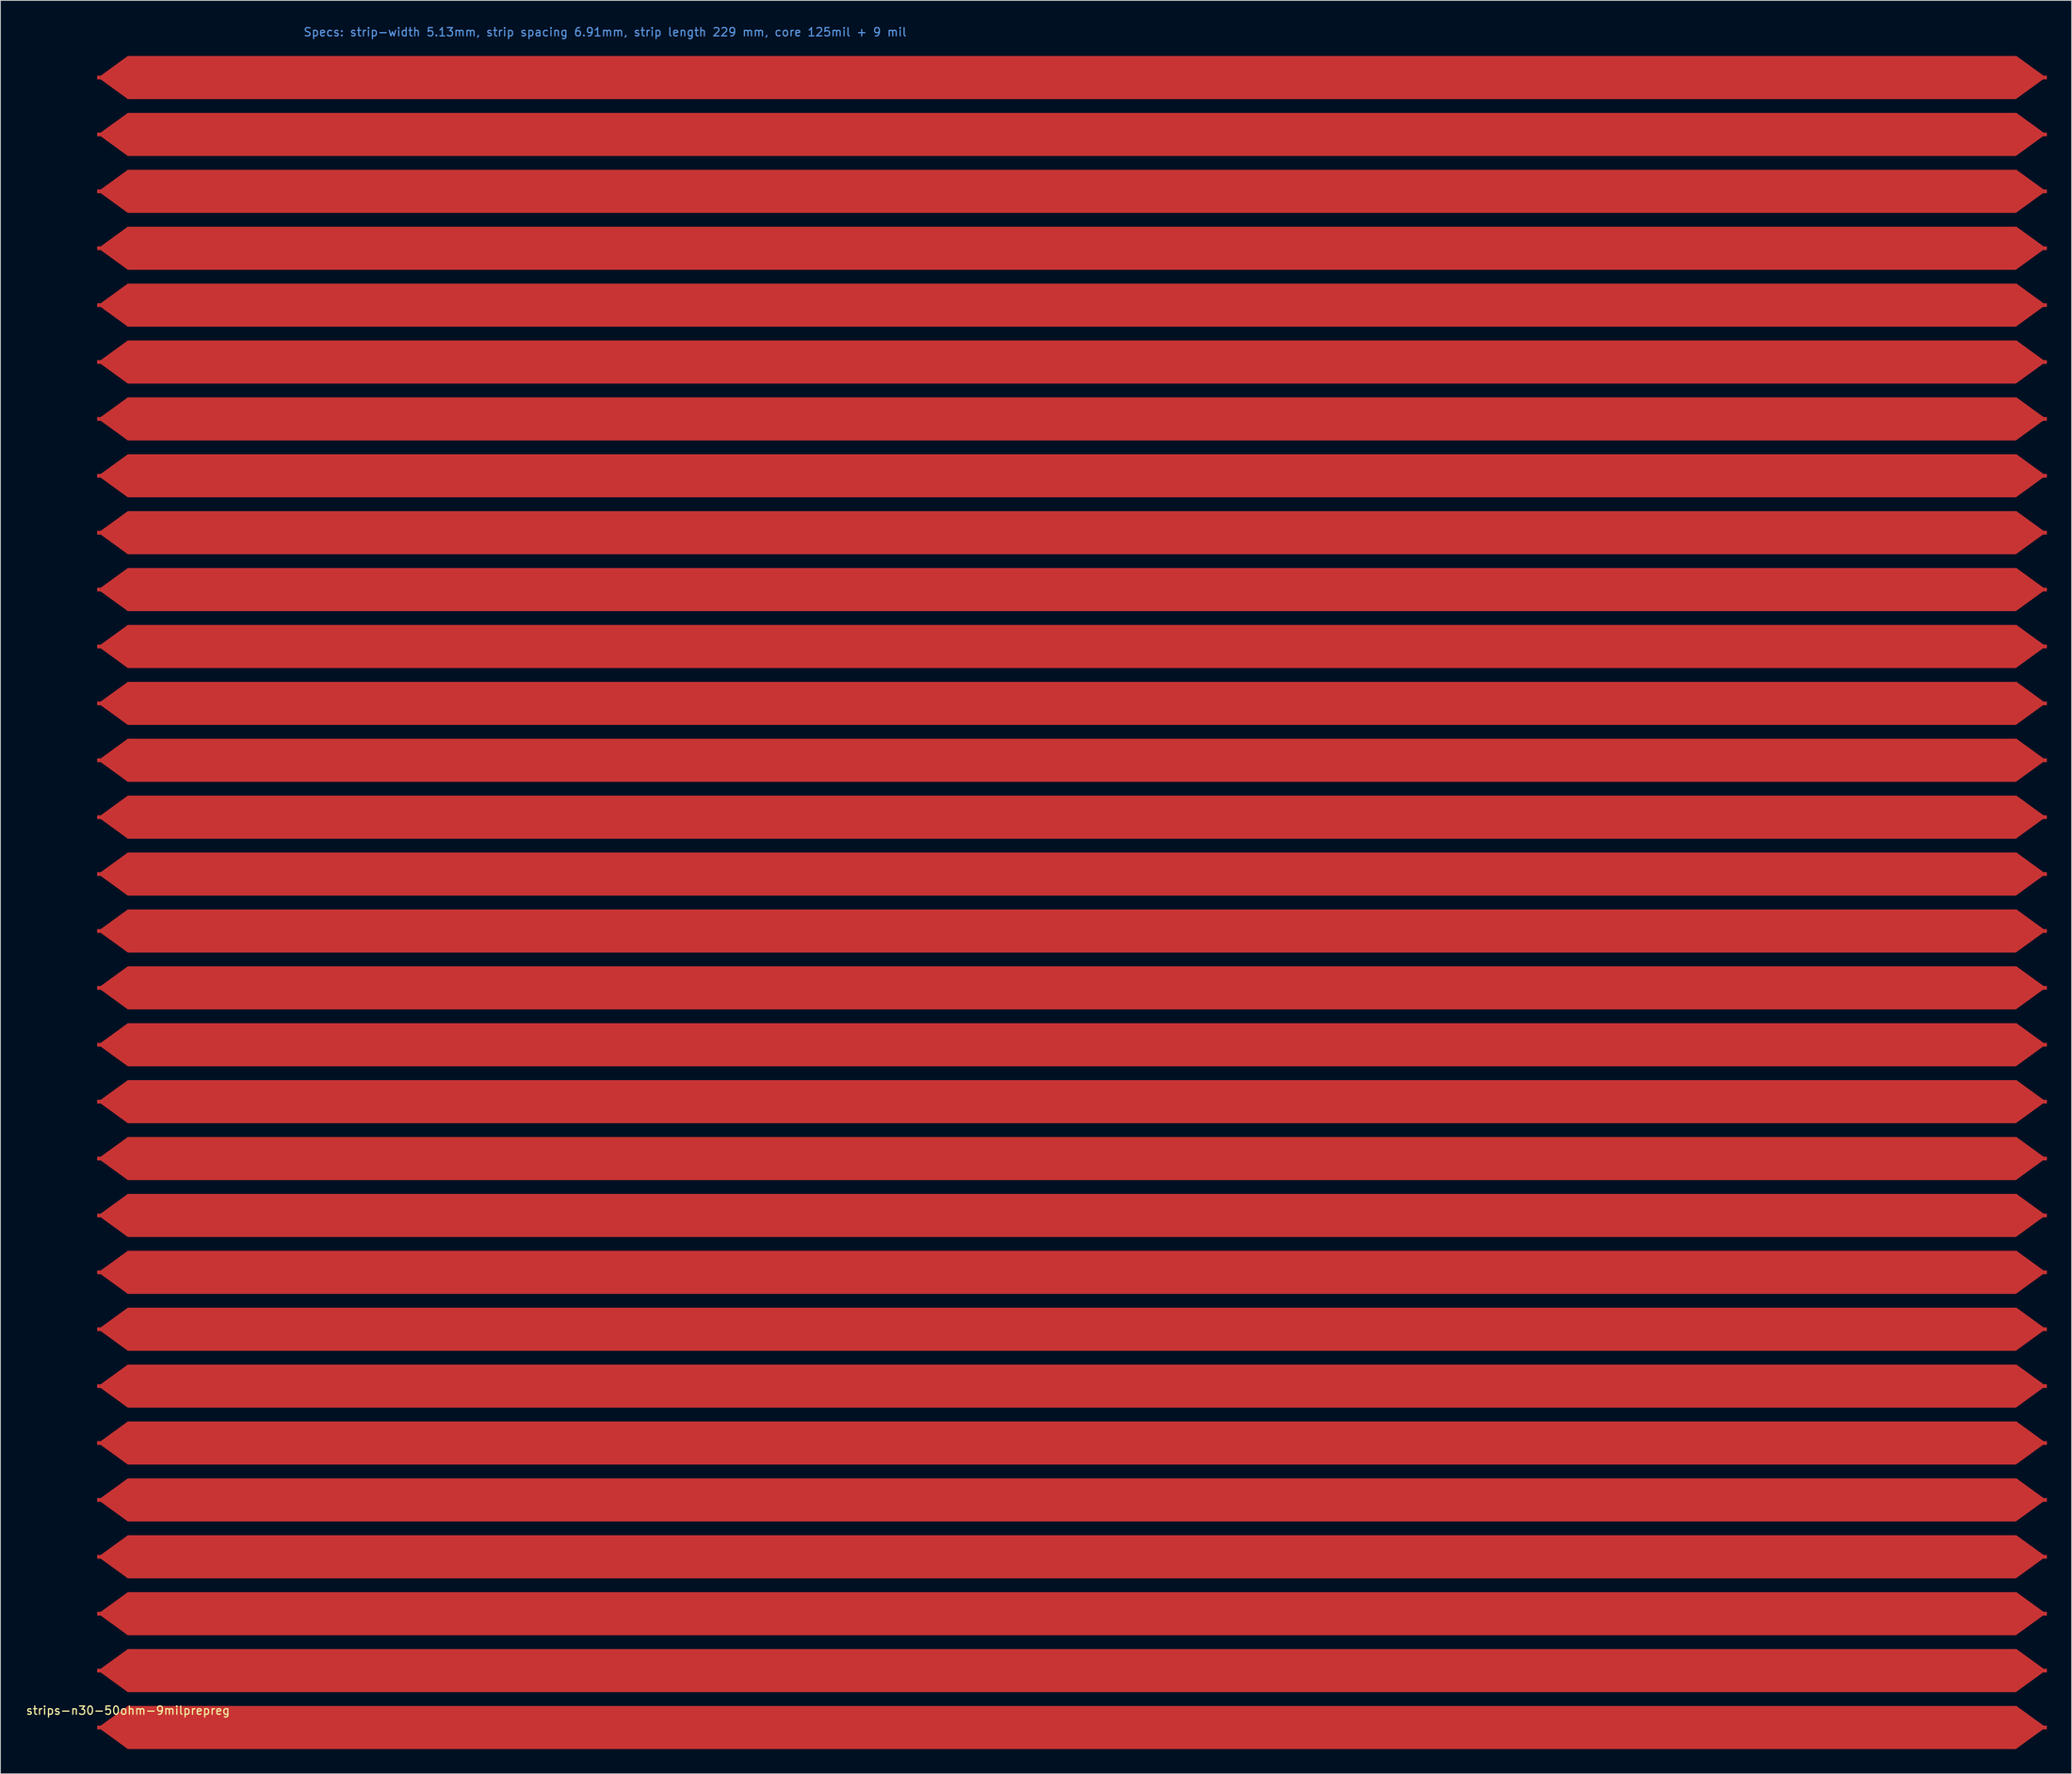
<source format=kicad_pcb>
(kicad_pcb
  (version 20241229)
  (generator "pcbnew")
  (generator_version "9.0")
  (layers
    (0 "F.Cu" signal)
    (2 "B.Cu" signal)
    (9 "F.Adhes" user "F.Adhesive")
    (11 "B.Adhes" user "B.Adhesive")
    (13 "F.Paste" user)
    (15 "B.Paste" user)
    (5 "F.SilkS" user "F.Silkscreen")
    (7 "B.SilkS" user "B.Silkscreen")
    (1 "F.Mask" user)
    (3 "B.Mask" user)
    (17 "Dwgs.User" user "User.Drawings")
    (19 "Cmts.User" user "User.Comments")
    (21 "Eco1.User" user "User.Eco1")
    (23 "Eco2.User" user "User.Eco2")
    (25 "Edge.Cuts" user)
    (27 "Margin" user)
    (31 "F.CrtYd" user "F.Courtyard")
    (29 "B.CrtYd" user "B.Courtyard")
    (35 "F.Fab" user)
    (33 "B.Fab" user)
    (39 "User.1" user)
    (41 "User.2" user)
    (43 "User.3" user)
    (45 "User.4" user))
  (footprint "strips-n30-50ohm-9milprepreg"
    (layer "F.Cu")
    (at 12.482 3.75)
    (property "Reference" "strips-n30-50ohm-9milprepreg" (at 0 200.906 0) (layer "F.SilkS") (effects (font (size 1 1) (thickness 0.15))))
    (attr through_hole)
    (fp_poly (pts (xy 0 0.051) (xy -3.531 2.616) (xy 0 5.182)) (stroke (width 0.1) (type solid)) (fill yes) (layer "F.Cu"))
    (fp_poly (pts (xy 0 6.96) (xy -3.531 9.525) (xy 0 12.09)) (stroke (width 0.1) (type solid)) (fill yes) (layer "F.Cu"))
    (fp_poly (pts (xy 0 13.868) (xy -3.531 16.434) (xy 0 18.999)) (stroke (width 0.1) (type solid)) (fill yes) (layer "F.Cu"))
    (fp_poly (pts (xy 0 20.777) (xy -3.531 23.343) (xy 0 25.908)) (stroke (width 0.1) (type solid)) (fill yes) (layer "F.Cu"))
    (fp_poly (pts (xy 0 27.686) (xy -3.531 30.251) (xy 0 32.817)) (stroke (width 0.1) (type solid)) (fill yes) (layer "F.Cu"))
    (fp_poly (pts (xy 0 34.595) (xy -3.531 37.16) (xy 0 39.726)) (stroke (width 0.1) (type solid)) (fill yes) (layer "F.Cu"))
    (fp_poly (pts (xy 0 41.504) (xy -3.531 44.069) (xy 0 46.634)) (stroke (width 0.1) (type solid)) (fill yes) (layer "F.Cu"))
    (fp_poly (pts (xy 0 48.412) (xy -3.531 50.978) (xy 0 53.543)) (stroke (width 0.1) (type solid)) (fill yes) (layer "F.Cu"))
    (fp_poly (pts (xy 0 55.321) (xy -3.531 57.887) (xy 0 60.452)) (stroke (width 0.1) (type solid)) (fill yes) (layer "F.Cu"))
    (fp_poly (pts (xy 0 62.23) (xy -3.531 64.795) (xy 0 67.361)) (stroke (width 0.1) (type solid)) (fill yes) (layer "F.Cu"))
    (fp_poly (pts (xy 0 69.139) (xy -3.531 71.704) (xy 0 74.27)) (stroke (width 0.1) (type solid)) (fill yes) (layer "F.Cu"))
    (fp_poly (pts (xy 0 76.048) (xy -3.531 78.613) (xy 0 81.178)) (stroke (width 0.1) (type solid)) (fill yes) (layer "F.Cu"))
    (fp_poly (pts (xy 0 82.956) (xy -3.531 85.522) (xy 0 88.087)) (stroke (width 0.1) (type solid)) (fill yes) (layer "F.Cu"))
    (fp_poly (pts (xy 0 89.865) (xy -3.531 92.431) (xy 0 94.996)) (stroke (width 0.1) (type solid)) (fill yes) (layer "F.Cu"))
    (fp_poly (pts (xy 0 96.774) (xy -3.531 99.339) (xy 0 101.905)) (stroke (width 0.1) (type solid)) (fill yes) (layer "F.Cu"))
    (fp_poly (pts (xy 0 103.683) (xy -3.531 106.248) (xy 0 108.814)) (stroke (width 0.1) (type solid)) (fill yes) (layer "F.Cu"))
    (fp_poly (pts (xy 0 110.592) (xy -3.531 113.157) (xy 0 115.722)) (stroke (width 0.1) (type solid)) (fill yes) (layer "F.Cu"))
    (fp_poly (pts (xy 0 117.5) (xy -3.531 120.066) (xy 0 122.631)) (stroke (width 0.1) (type solid)) (fill yes) (layer "F.Cu"))
    (fp_poly (pts (xy 0 124.409) (xy -3.531 126.975) (xy 0 129.54)) (stroke (width 0.1) (type solid)) (fill yes) (layer "F.Cu"))
    (fp_poly (pts (xy 0 131.318) (xy -3.531 133.883) (xy 0 136.449)) (stroke (width 0.1) (type solid)) (fill yes) (layer "F.Cu"))
    (fp_poly (pts (xy 0 138.227) (xy -3.531 140.792) (xy 0 143.358)) (stroke (width 0.1) (type solid)) (fill yes) (layer "F.Cu"))
    (fp_poly (pts (xy 0 145.136) (xy -3.531 147.701) (xy 0 150.266)) (stroke (width 0.1) (type solid)) (fill yes) (layer "F.Cu"))
    (fp_poly (pts (xy 0 152.044) (xy -3.531 154.61) (xy 0 157.175)) (stroke (width 0.1) (type solid)) (fill yes) (layer "F.Cu"))
    (fp_poly (pts (xy 0 158.953) (xy -3.531 161.519) (xy 0 164.084)) (stroke (width 0.1) (type solid)) (fill yes) (layer "F.Cu"))
    (fp_poly (pts (xy 0 165.862) (xy -3.531 168.427) (xy 0 170.993)) (stroke (width 0.1) (type solid)) (fill yes) (layer "F.Cu"))
    (fp_poly (pts (xy 0 172.771) (xy -3.531 175.336) (xy 0 177.902)) (stroke (width 0.1) (type solid)) (fill yes) (layer "F.Cu"))
    (fp_poly (pts (xy 0 179.68) (xy -3.531 182.245) (xy 0 184.81)) (stroke (width 0.1) (type solid)) (fill yes) (layer "F.Cu"))
    (fp_poly (pts (xy 0 186.588) (xy -3.531 189.154) (xy 0 191.719)) (stroke (width 0.1) (type solid)) (fill yes) (layer "F.Cu"))
    (fp_poly (pts (xy 0 193.497) (xy -3.531 196.063) (xy 0 198.628)) (stroke (width 0.1) (type solid)) (fill yes) (layer "F.Cu"))
    (fp_poly (pts (xy 0 200.406) (xy -3.531 202.971) (xy 0 205.537)) (stroke (width 0.1) (type solid)) (fill yes) (layer "F.Cu"))
    (fp_poly (pts (xy 229.133 5.156) (xy 232.664 2.591) (xy 229.133 0.025)) (stroke (width 0.1) (type solid)) (fill yes) (layer "F.Cu"))
    (fp_poly (pts (xy 229.133 12.065) (xy 232.664 9.5) (xy 229.133 6.934)) (stroke (width 0.1) (type solid)) (fill yes) (layer "F.Cu"))
    (fp_poly (pts (xy 229.133 18.974) (xy 232.664 16.408) (xy 229.133 13.843)) (stroke (width 0.1) (type solid)) (fill yes) (layer "F.Cu"))
    (fp_poly (pts (xy 229.133 25.883) (xy 232.664 23.317) (xy 229.133 20.752)) (stroke (width 0.1) (type solid)) (fill yes) (layer "F.Cu"))
    (fp_poly (pts (xy 229.133 32.791) (xy 232.664 30.226) (xy 229.133 27.661)) (stroke (width 0.1) (type solid)) (fill yes) (layer "F.Cu"))
    (fp_poly (pts (xy 229.133 39.7) (xy 232.664 37.135) (xy 229.133 34.569)) (stroke (width 0.1) (type solid)) (fill yes) (layer "F.Cu"))
    (fp_poly (pts (xy 229.133 46.609) (xy 232.664 44.044) (xy 229.133 41.478)) (stroke (width 0.1) (type solid)) (fill yes) (layer "F.Cu"))
    (fp_poly (pts (xy 229.133 53.518) (xy 232.664 50.952) (xy 229.133 48.387)) (stroke (width 0.1) (type solid)) (fill yes) (layer "F.Cu"))
    (fp_poly (pts (xy 229.133 60.427) (xy 232.664 57.861) (xy 229.133 55.296)) (stroke (width 0.1) (type solid)) (fill yes) (layer "F.Cu"))
    (fp_poly (pts (xy 229.133 67.335) (xy 232.664 64.77) (xy 229.133 62.205)) (stroke (width 0.1) (type solid)) (fill yes) (layer "F.Cu"))
    (fp_poly (pts (xy 229.133 74.244) (xy 232.664 71.679) (xy 229.133 69.113)) (stroke (width 0.1) (type solid)) (fill yes) (layer "F.Cu"))
    (fp_poly (pts (xy 229.133 81.153) (xy 232.664 78.588) (xy 229.133 76.022)) (stroke (width 0.1) (type solid)) (fill yes) (layer "F.Cu"))
    (fp_poly (pts (xy 229.133 88.062) (xy 232.664 85.496) (xy 229.133 82.931)) (stroke (width 0.1) (type solid)) (fill yes) (layer "F.Cu"))
    (fp_poly (pts (xy 229.133 94.971) (xy 232.664 92.405) (xy 229.133 89.84)) (stroke (width 0.1) (type solid)) (fill yes) (layer "F.Cu"))
    (fp_poly (pts (xy 229.133 101.879) (xy 232.664 99.314) (xy 229.133 96.749)) (stroke (width 0.1) (type solid)) (fill yes) (layer "F.Cu"))
    (fp_poly (pts (xy 229.133 108.788) (xy 232.664 106.223) (xy 229.133 103.657)) (stroke (width 0.1) (type solid)) (fill yes) (layer "F.Cu"))
    (fp_poly (pts (xy 229.133 115.697) (xy 232.664 113.132) (xy 229.133 110.566)) (stroke (width 0.1) (type solid)) (fill yes) (layer "F.Cu"))
    (fp_poly (pts (xy 229.133 122.606) (xy 232.664 120.04) (xy 229.133 117.475)) (stroke (width 0.1) (type solid)) (fill yes) (layer "F.Cu"))
    (fp_poly (pts (xy 229.133 129.515) (xy 232.664 126.949) (xy 229.133 124.384)) (stroke (width 0.1) (type solid)) (fill yes) (layer "F.Cu"))
    (fp_poly (pts (xy 229.133 136.423) (xy 232.664 133.858) (xy 229.133 131.293)) (stroke (width 0.1) (type solid)) (fill yes) (layer "F.Cu"))
    (fp_poly (pts (xy 229.133 143.332) (xy 232.664 140.767) (xy 229.133 138.201)) (stroke (width 0.1) (type solid)) (fill yes) (layer "F.Cu"))
    (fp_poly (pts (xy 229.133 150.241) (xy 232.664 147.676) (xy 229.133 145.11)) (stroke (width 0.1) (type solid)) (fill yes) (layer "F.Cu"))
    (fp_poly (pts (xy 229.133 157.15) (xy 232.664 154.584) (xy 229.133 152.019)) (stroke (width 0.1) (type solid)) (fill yes) (layer "F.Cu"))
    (fp_poly (pts (xy 229.133 164.059) (xy 232.664 161.493) (xy 229.133 158.928)) (stroke (width 0.1) (type solid)) (fill yes) (layer "F.Cu"))
    (fp_poly (pts (xy 229.133 170.967) (xy 232.664 168.402) (xy 229.133 165.837)) (stroke (width 0.1) (type solid)) (fill yes) (layer "F.Cu"))
    (fp_poly (pts (xy 229.133 177.876) (xy 232.664 175.311) (xy 229.133 172.745)) (stroke (width 0.1) (type solid)) (fill yes) (layer "F.Cu"))
    (fp_poly (pts (xy 229.133 184.785) (xy 232.664 182.22) (xy 229.133 179.654)) (stroke (width 0.1) (type solid)) (fill yes) (layer "F.Cu"))
    (fp_poly (pts (xy 229.133 191.694) (xy 232.664 189.128) (xy 229.133 186.563)) (stroke (width 0.1) (type solid)) (fill yes) (layer "F.Cu"))
    (fp_poly (pts (xy 229.133 198.603) (xy 232.664 196.037) (xy 229.133 193.472)) (stroke (width 0.1) (type solid)) (fill yes) (layer "F.Cu"))
    (fp_poly (pts (xy 229.133 205.511) (xy 232.664 202.946) (xy 229.133 200.381)) (stroke (width 0.1) (type solid)) (fill yes) (layer "F.Cu"))
    (fp_poly (pts (xy 0.004 5.182) (xy 0 0.051) (xy 229.1 0.051) (xy 229.104 5.182)) (stroke (width 0.1) (type solid)) (fill yes) (layer "F.Cu"))
    (fp_poly (pts (xy 0.004 12.09) (xy 0 6.96) (xy 229.1 6.96) (xy 229.104 12.09)) (stroke (width 0.1) (type solid)) (fill yes) (layer "F.Cu"))
    (fp_poly (pts (xy 0.004 18.999) (xy 0 13.868) (xy 229.1 13.868) (xy 229.104 18.999)) (stroke (width 0.1) (type solid)) (fill yes) (layer "F.Cu"))
    (fp_poly (pts (xy 0.004 25.908) (xy 0 20.777) (xy 229.1 20.777) (xy 229.104 25.908)) (stroke (width 0.1) (type solid)) (fill yes) (layer "F.Cu"))
    (fp_poly (pts (xy 0.004 32.817) (xy 0 27.686) (xy 229.1 27.686) (xy 229.104 32.817)) (stroke (width 0.1) (type solid)) (fill yes) (layer "F.Cu"))
    (fp_poly (pts (xy 0.004 39.726) (xy 0 34.595) (xy 229.1 34.595) (xy 229.104 39.726)) (stroke (width 0.1) (type solid)) (fill yes) (layer "F.Cu"))
    (fp_poly (pts (xy 0.004 46.634) (xy 0 41.504) (xy 229.1 41.504) (xy 229.104 46.634)) (stroke (width 0.1) (type solid)) (fill yes) (layer "F.Cu"))
    (fp_poly (pts (xy 0.004 53.543) (xy 0 48.412) (xy 229.1 48.412) (xy 229.104 53.543)) (stroke (width 0.1) (type solid)) (fill yes) (layer "F.Cu"))
    (fp_poly (pts (xy 0.004 60.452) (xy 0 55.321) (xy 229.1 55.321) (xy 229.104 60.452)) (stroke (width 0.1) (type solid)) (fill yes) (layer "F.Cu"))
    (fp_poly (pts (xy 0.004 67.361) (xy 0 62.23) (xy 229.1 62.23) (xy 229.104 67.361)) (stroke (width 0.1) (type solid)) (fill yes) (layer "F.Cu"))
    (fp_poly (pts (xy 0.004 74.27) (xy 0 69.139) (xy 229.1 69.139) (xy 229.104 74.27)) (stroke (width 0.1) (type solid)) (fill yes) (layer "F.Cu"))
    (fp_poly (pts (xy 0.004 81.178) (xy 0 76.048) (xy 229.1 76.048) (xy 229.104 81.178)) (stroke (width 0.1) (type solid)) (fill yes) (layer "F.Cu"))
    (fp_poly (pts (xy 0.004 88.087) (xy 0 82.956) (xy 229.1 82.956) (xy 229.104 88.087)) (stroke (width 0.1) (type solid)) (fill yes) (layer "F.Cu"))
    (fp_poly (pts (xy 0.004 94.996) (xy 0 89.865) (xy 229.1 89.865) (xy 229.104 94.996)) (stroke (width 0.1) (type solid)) (fill yes) (layer "F.Cu"))
    (fp_poly (pts (xy 0.004 101.905) (xy 0 96.774) (xy 229.1 96.774) (xy 229.104 101.905)) (stroke (width 0.1) (type solid)) (fill yes) (layer "F.Cu"))
    (fp_poly (pts (xy 0.004 108.814) (xy 0 103.683) (xy 229.1 103.683) (xy 229.104 108.814)) (stroke (width 0.1) (type solid)) (fill yes) (layer "F.Cu"))
    (fp_poly (pts (xy 0.004 115.722) (xy 0 110.592) (xy 229.1 110.592) (xy 229.104 115.722)) (stroke (width 0.1) (type solid)) (fill yes) (layer "F.Cu"))
    (fp_poly (pts (xy 0.004 122.631) (xy 0 117.5) (xy 229.1 117.5) (xy 229.104 122.631)) (stroke (width 0.1) (type solid)) (fill yes) (layer "F.Cu"))
    (fp_poly (pts (xy 0.004 129.54) (xy 0 124.409) (xy 229.1 124.409) (xy 229.104 129.54)) (stroke (width 0.1) (type solid)) (fill yes) (layer "F.Cu"))
    (fp_poly (pts (xy 0.004 136.449) (xy 0 131.318) (xy 229.1 131.318) (xy 229.104 136.449)) (stroke (width 0.1) (type solid)) (fill yes) (layer "F.Cu"))
    (fp_poly (pts (xy 0.004 143.358) (xy 0 138.227) (xy 229.1 138.227) (xy 229.104 143.358)) (stroke (width 0.1) (type solid)) (fill yes) (layer "F.Cu"))
    (fp_poly (pts (xy 0.004 150.266) (xy 0 145.136) (xy 229.1 145.136) (xy 229.104 150.266)) (stroke (width 0.1) (type solid)) (fill yes) (layer "F.Cu"))
    (fp_poly (pts (xy 0.004 157.175) (xy 0 152.044) (xy 229.1 152.044) (xy 229.104 157.175)) (stroke (width 0.1) (type solid)) (fill yes) (layer "F.Cu"))
    (fp_poly (pts (xy 0.004 164.084) (xy 0 158.953) (xy 229.1 158.953) (xy 229.104 164.084)) (stroke (width 0.1) (type solid)) (fill yes) (layer "F.Cu"))
    (fp_poly (pts (xy 0.004 170.993) (xy 0 165.862) (xy 229.1 165.862) (xy 229.104 170.993)) (stroke (width 0.1) (type solid)) (fill yes) (layer "F.Cu"))
    (fp_poly (pts (xy 0.004 177.902) (xy 0 172.771) (xy 229.1 172.771) (xy 229.104 177.902)) (stroke (width 0.1) (type solid)) (fill yes) (layer "F.Cu"))
    (fp_poly (pts (xy 0.004 184.81) (xy 0 179.68) (xy 229.1 179.68) (xy 229.104 184.81)) (stroke (width 0.1) (type solid)) (fill yes) (layer "F.Cu"))
    (fp_poly (pts (xy 0.004 191.719) (xy 0 186.588) (xy 229.1 186.588) (xy 229.104 191.719)) (stroke (width 0.1) (type solid)) (fill yes) (layer "F.Cu"))
    (fp_poly (pts (xy 0.004 198.628) (xy 0 193.497) (xy 229.1 193.497) (xy 229.104 198.628)) (stroke (width 0.1) (type solid)) (fill yes) (layer "F.Cu"))
    (fp_poly (pts (xy 0.004 205.537) (xy 0 200.406) (xy 229.1 200.406) (xy 229.104 205.537)) (stroke (width 0.1) (type solid)) (fill yes) (layer "F.Cu"))
    (fp_text user "Specs: strip-width 5.13mm, strip spacing 6.91mm, strip length 229 mm, core 125mil + 9 mil" (at 57.904 -2.902 0) (layer "Cmts.User") (effects (font (size 1 1) (thickness 0.15))))
    (pad "1" smd rect (at -3.52 202.971) (size 0.45 0.45) (layers "F.Cu" "F.Mask" "F.Paste"))
    (pad "2" smd rect (at 232.653 202.971) (size 0.45 0.45) (layers "F.Cu" "F.Mask" "F.Paste"))
    (pad "3" smd rect (at -3.52 196.063) (size 0.45 0.45) (layers "F.Cu" "F.Mask" "F.Paste"))
    (pad "4" smd rect (at 232.653 196.063) (size 0.45 0.45) (layers "F.Cu" "F.Mask" "F.Paste"))
    (pad "5" smd rect (at -3.52 189.154) (size 0.45 0.45) (layers "F.Cu" "F.Mask" "F.Paste"))
    (pad "6" smd rect (at 232.653 189.154) (size 0.45 0.45) (layers "F.Cu" "F.Mask" "F.Paste"))
    (pad "7" smd rect (at -3.52 182.245) (size 0.45 0.45) (layers "F.Cu" "F.Mask" "F.Paste"))
    (pad "8" smd rect (at 232.653 182.245) (size 0.45 0.45) (layers "F.Cu" "F.Mask" "F.Paste"))
    (pad "9" smd rect (at -3.52 175.336) (size 0.45 0.45) (layers "F.Cu" "F.Mask" "F.Paste"))
    (pad "10" smd rect (at 232.653 175.336) (size 0.45 0.45) (layers "F.Cu" "F.Mask" "F.Paste"))
    (pad "11" smd rect (at -3.52 168.427) (size 0.45 0.45) (layers "F.Cu" "F.Mask" "F.Paste"))
    (pad "12" smd rect (at 232.653 168.427) (size 0.45 0.45) (layers "F.Cu" "F.Mask" "F.Paste"))
    (pad "13" smd rect (at -3.52 161.519) (size 0.45 0.45) (layers "F.Cu" "F.Mask" "F.Paste"))
    (pad "14" smd rect (at 232.653 161.519) (size 0.45 0.45) (layers "F.Cu" "F.Mask" "F.Paste"))
    (pad "15" smd rect (at -3.52 154.61) (size 0.45 0.45) (layers "F.Cu" "F.Mask" "F.Paste"))
    (pad "16" smd rect (at 232.653 154.61) (size 0.45 0.45) (layers "F.Cu" "F.Mask" "F.Paste"))
    (pad "17" smd rect (at -3.52 147.701) (size 0.45 0.45) (layers "F.Cu" "F.Mask" "F.Paste"))
    (pad "18" smd rect (at 232.653 147.701) (size 0.45 0.45) (layers "F.Cu" "F.Mask" "F.Paste"))
    (pad "19" smd rect (at -3.52 140.792) (size 0.45 0.45) (layers "F.Cu" "F.Mask" "F.Paste"))
    (pad "20" smd rect (at 232.653 140.792) (size 0.45 0.45) (layers "F.Cu" "F.Mask" "F.Paste"))
    (pad "21" smd rect (at -3.52 133.883) (size 0.45 0.45) (layers "F.Cu" "F.Mask" "F.Paste"))
    (pad "22" smd rect (at 232.653 133.883) (size 0.45 0.45) (layers "F.Cu" "F.Mask" "F.Paste"))
    (pad "23" smd rect (at -3.52 126.975) (size 0.45 0.45) (layers "F.Cu" "F.Mask" "F.Paste"))
    (pad "24" smd rect (at 232.653 126.975) (size 0.45 0.45) (layers "F.Cu" "F.Mask" "F.Paste"))
    (pad "25" smd rect (at -3.52 120.066) (size 0.45 0.45) (layers "F.Cu" "F.Mask" "F.Paste"))
    (pad "26" smd rect (at 232.653 120.066) (size 0.45 0.45) (layers "F.Cu" "F.Mask" "F.Paste"))
    (pad "27" smd rect (at -3.52 113.157) (size 0.45 0.45) (layers "F.Cu" "F.Mask" "F.Paste"))
    (pad "28" smd rect (at 232.653 113.157) (size 0.45 0.45) (layers "F.Cu" "F.Mask" "F.Paste"))
    (pad "29" smd rect (at -3.52 106.248) (size 0.45 0.45) (layers "F.Cu" "F.Mask" "F.Paste"))
    (pad "30" smd rect (at 232.653 106.248) (size 0.45 0.45) (layers "F.Cu" "F.Mask" "F.Paste"))
    (pad "31" smd rect (at -3.52 99.339) (size 0.45 0.45) (layers "F.Cu" "F.Mask" "F.Paste"))
    (pad "32" smd rect (at 232.653 99.339) (size 0.45 0.45) (layers "F.Cu" "F.Mask" "F.Paste"))
    (pad "33" smd rect (at -3.52 92.431) (size 0.45 0.45) (layers "F.Cu" "F.Mask" "F.Paste"))
    (pad "34" smd rect (at 232.653 92.431) (size 0.45 0.45) (layers "F.Cu" "F.Mask" "F.Paste"))
    (pad "35" smd rect (at -3.52 85.522) (size 0.45 0.45) (layers "F.Cu" "F.Mask" "F.Paste"))
    (pad "36" smd rect (at 232.653 85.522) (size 0.45 0.45) (layers "F.Cu" "F.Mask" "F.Paste"))
    (pad "37" smd rect (at -3.52 78.613) (size 0.45 0.45) (layers "F.Cu" "F.Mask" "F.Paste"))
    (pad "38" smd rect (at 232.653 78.613) (size 0.45 0.45) (layers "F.Cu" "F.Mask" "F.Paste"))
    (pad "39" smd rect (at -3.52 71.704) (size 0.45 0.45) (layers "F.Cu" "F.Mask" "F.Paste"))
    (pad "40" smd rect (at 232.653 71.704) (size 0.45 0.45) (layers "F.Cu" "F.Mask" "F.Paste"))
    (pad "41" smd rect (at -3.52 64.795) (size 0.45 0.45) (layers "F.Cu" "F.Mask" "F.Paste"))
    (pad "42" smd rect (at 232.653 64.795) (size 0.45 0.45) (layers "F.Cu" "F.Mask" "F.Paste"))
    (pad "43" smd rect (at -3.52 57.887) (size 0.45 0.45) (layers "F.Cu" "F.Mask" "F.Paste"))
    (pad "44" smd rect (at 232.653 57.887) (size 0.45 0.45) (layers "F.Cu" "F.Mask" "F.Paste"))
    (pad "45" smd rect (at -3.52 50.978) (size 0.45 0.45) (layers "F.Cu" "F.Mask" "F.Paste"))
    (pad "46" smd rect (at 232.653 50.978) (size 0.45 0.45) (layers "F.Cu" "F.Mask" "F.Paste"))
    (pad "47" smd rect (at -3.52 44.069) (size 0.45 0.45) (layers "F.Cu" "F.Mask" "F.Paste"))
    (pad "48" smd rect (at 232.653 44.069) (size 0.45 0.45) (layers "F.Cu" "F.Mask" "F.Paste"))
    (pad "49" smd rect (at -3.52 37.16) (size 0.45 0.45) (layers "F.Cu" "F.Mask" "F.Paste"))
    (pad "50" smd rect (at 232.653 37.16) (size 0.45 0.45) (layers "F.Cu" "F.Mask" "F.Paste"))
    (pad "51" smd rect (at -3.52 30.251) (size 0.45 0.45) (layers "F.Cu" "F.Mask" "F.Paste"))
    (pad "52" smd rect (at 232.653 30.251) (size 0.45 0.45) (layers "F.Cu" "F.Mask" "F.Paste"))
    (pad "53" smd rect (at -3.52 23.343) (size 0.45 0.45) (layers "F.Cu" "F.Mask" "F.Paste"))
    (pad "54" smd rect (at 232.653 23.343) (size 0.45 0.45) (layers "F.Cu" "F.Mask" "F.Paste"))
    (pad "55" smd rect (at -3.52 16.434) (size 0.45 0.45) (layers "F.Cu" "F.Mask" "F.Paste"))
    (pad "56" smd rect (at 232.653 16.434) (size 0.45 0.45) (layers "F.Cu" "F.Mask" "F.Paste"))
    (pad "57" smd rect (at -3.52 9.525) (size 0.45 0.45) (layers "F.Cu" "F.Mask" "F.Paste"))
    (pad "58" smd rect (at 232.653 9.525) (size 0.45 0.45) (layers "F.Cu" "F.Mask" "F.Paste"))
    (pad "59" smd rect (at -3.52 2.616) (size 0.45 0.45) (layers "F.Cu" "F.Mask" "F.Paste"))
    (pad "60" smd rect (at 232.653 2.616) (size 0.45 0.45) (layers "F.Cu" "F.Mask" "F.Paste")))
  (gr_rect
    (start -3 -3)
    (end 248.361 212.337)
    (stroke (width 0.1) (type default))
    (fill no)
    (layer "Edge.Cuts")))
</source>
